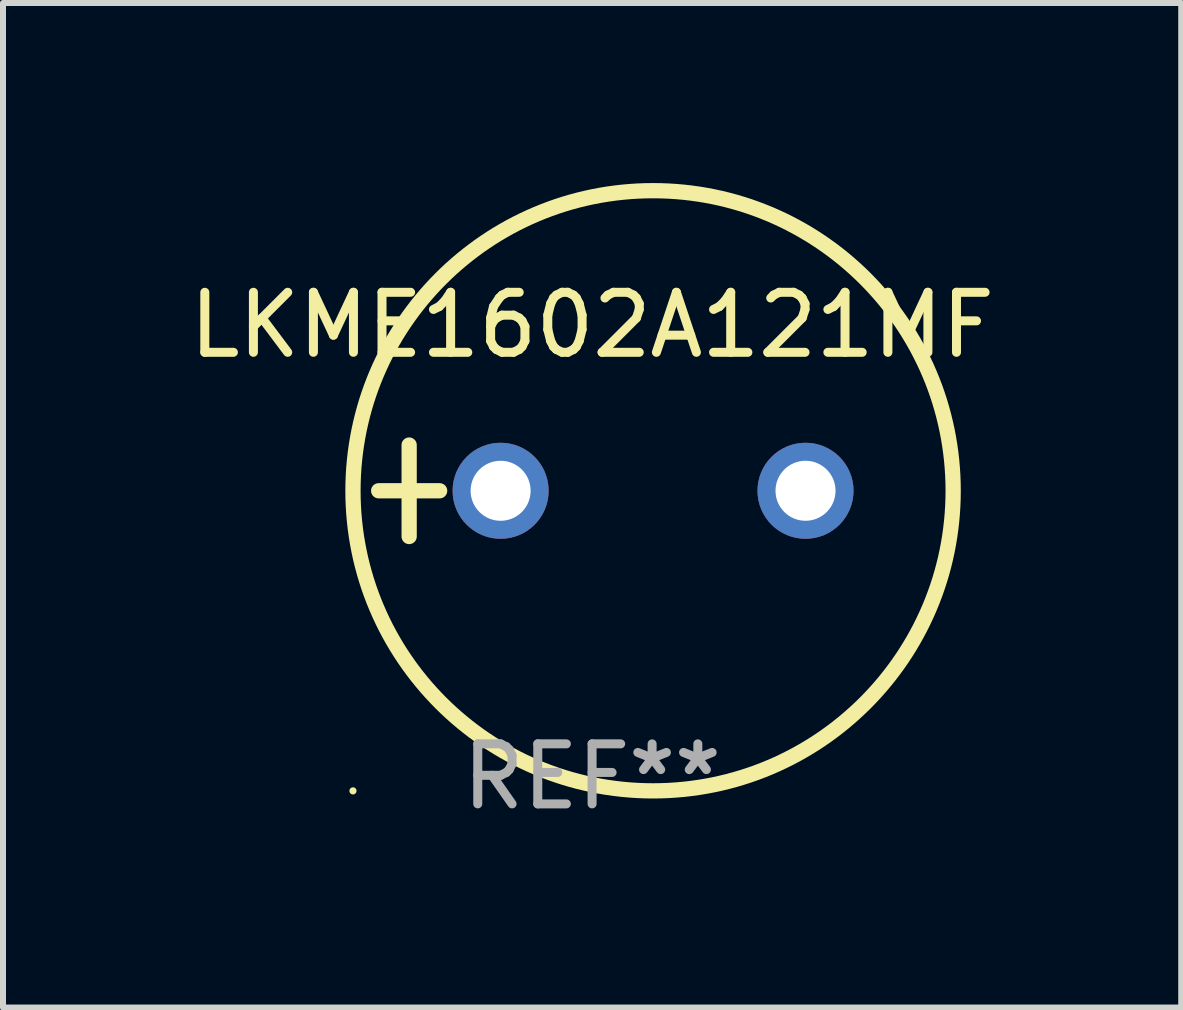
<source format=kicad_pcb>
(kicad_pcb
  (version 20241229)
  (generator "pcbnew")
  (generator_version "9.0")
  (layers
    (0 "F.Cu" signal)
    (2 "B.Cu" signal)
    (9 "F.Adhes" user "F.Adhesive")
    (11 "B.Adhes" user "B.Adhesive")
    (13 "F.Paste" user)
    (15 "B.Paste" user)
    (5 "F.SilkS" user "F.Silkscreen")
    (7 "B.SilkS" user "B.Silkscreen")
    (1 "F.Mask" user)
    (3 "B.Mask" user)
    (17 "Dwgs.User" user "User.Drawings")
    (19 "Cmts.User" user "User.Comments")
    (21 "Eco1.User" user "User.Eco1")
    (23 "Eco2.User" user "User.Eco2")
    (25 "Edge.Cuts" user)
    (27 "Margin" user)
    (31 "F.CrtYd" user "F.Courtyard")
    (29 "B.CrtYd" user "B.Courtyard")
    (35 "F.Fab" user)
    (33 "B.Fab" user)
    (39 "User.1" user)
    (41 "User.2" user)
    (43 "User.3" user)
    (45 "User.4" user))
  (footprint "LKME1602A121MF"
    (layer "F.Cu")
    (at 6.815 5.127)
    (property "Reference" "LKME1602A121MF" (at 0 -2.762 0) (layer "F.SilkS") (effects (font (size 1 1) (thickness 0.15))))
    (attr through_hole)
    (fp_line (start -3.556 0) (end -2.54 0) (stroke (width 0.254) (type solid)) (layer "F.SilkS"))
    (fp_line (start -3.048 -0.762) (end -3.048 0.762) (stroke (width 0.254) (type solid)) (layer "F.SilkS"))
    (fp_circle (center -3.984 5) (end -3.954 5) (stroke (width 0.06) (type solid)) (fill no) (layer "F.SilkS"))
    (fp_circle (center 1.016 0) (end 6.016 0) (stroke (width 0.254) (type solid)) (fill no) (layer "F.SilkS"))
    (fp_text user "REF**" (at 0 4.762 0) (layer "F.Fab") (effects (font (size 1 1) (thickness 0.15))))
    (pad "1" thru_hole circle (at -1.524 0) (size 1.6 1.6) (drill 1) (layers "*.Cu" "*.Mask"))
    (pad "2" thru_hole circle (at 3.556 0) (size 1.6 1.6) (drill 1) (layers "*.Cu" "*.Mask")))
  (gr_rect
    (start -3 -3)
    (end 16.631 13.737)
    (stroke (width 0.1) (type default))
    (fill no)
    (layer "Edge.Cuts")))
</source>
